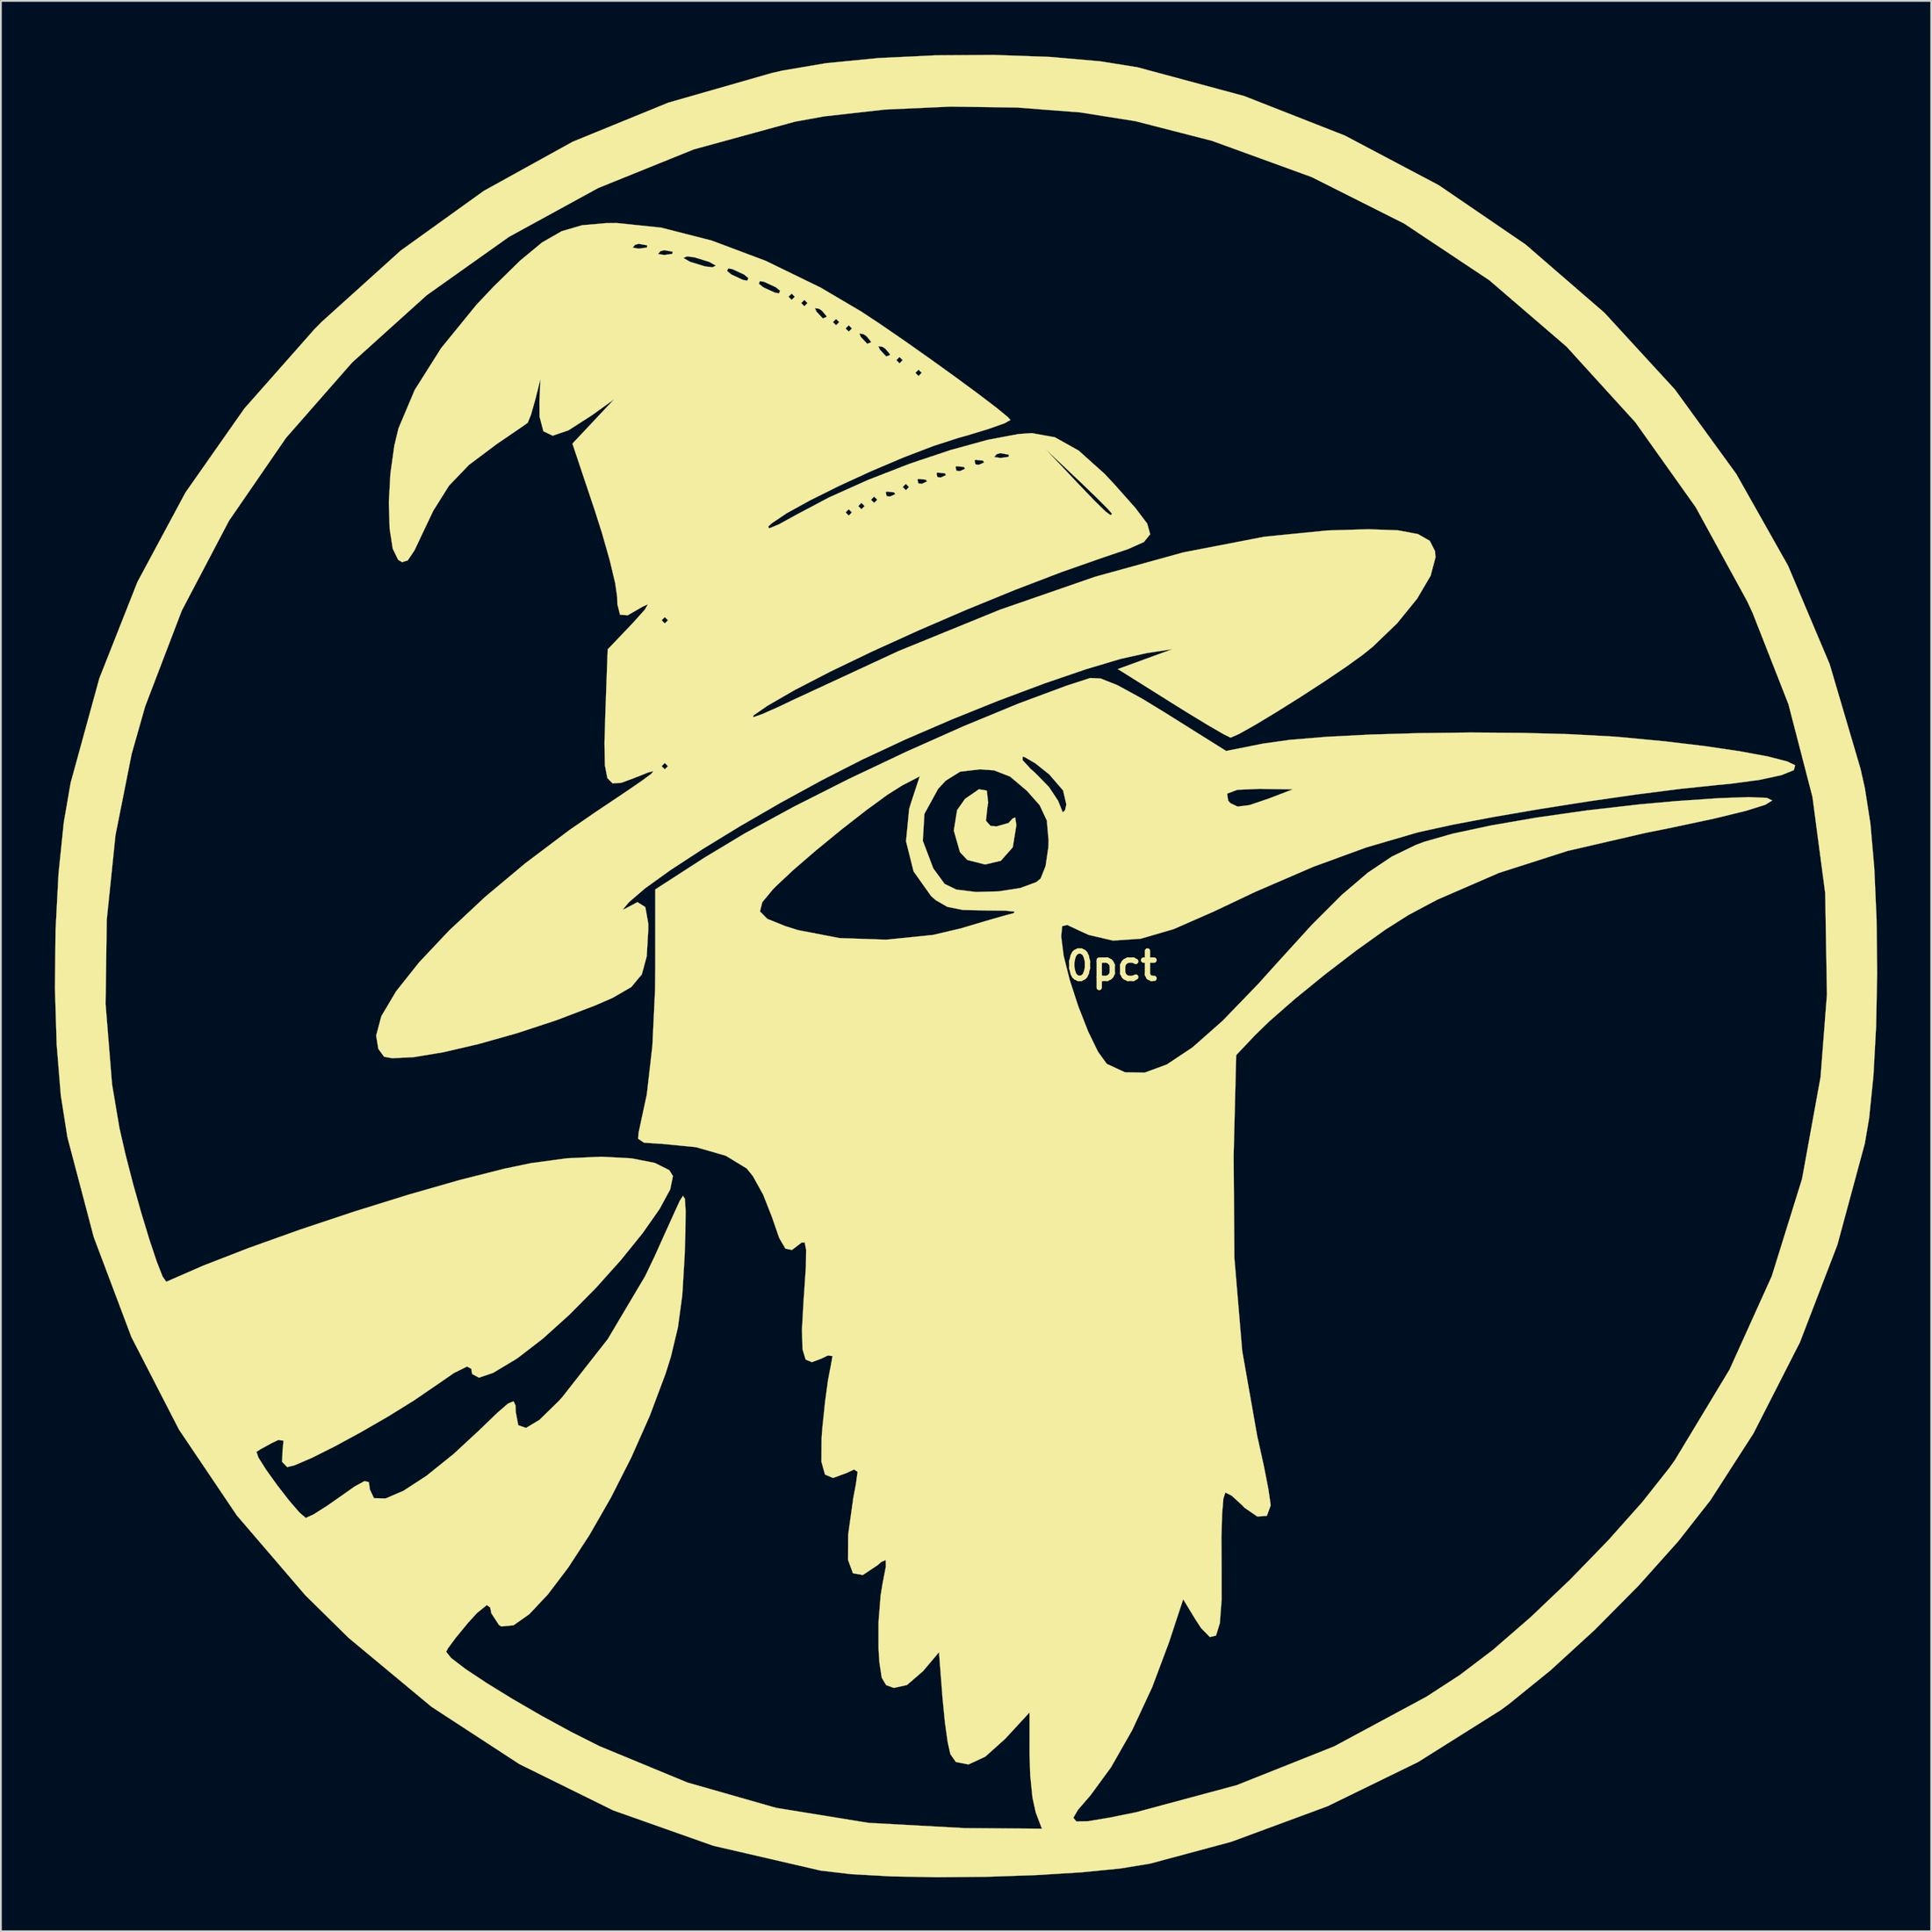
<source format=kicad_pcb>
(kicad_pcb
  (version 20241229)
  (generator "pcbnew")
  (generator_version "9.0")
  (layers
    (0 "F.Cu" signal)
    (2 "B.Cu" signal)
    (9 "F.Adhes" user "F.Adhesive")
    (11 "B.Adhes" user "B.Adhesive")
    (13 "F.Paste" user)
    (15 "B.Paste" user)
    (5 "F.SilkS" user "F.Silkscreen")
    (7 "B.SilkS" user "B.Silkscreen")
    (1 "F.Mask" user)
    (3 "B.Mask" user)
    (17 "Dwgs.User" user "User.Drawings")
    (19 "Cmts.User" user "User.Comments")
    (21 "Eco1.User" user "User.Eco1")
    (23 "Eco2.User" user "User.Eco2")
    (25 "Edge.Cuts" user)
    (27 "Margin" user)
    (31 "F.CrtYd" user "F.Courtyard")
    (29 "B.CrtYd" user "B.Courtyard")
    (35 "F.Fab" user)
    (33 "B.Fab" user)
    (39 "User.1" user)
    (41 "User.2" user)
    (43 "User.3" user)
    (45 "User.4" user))
  (footprint "turpial_logo_50pct"
    (layer "F.Cu")
    (at 50.677 50.67)
    (property "Reference" "turpial_logo_50pct" (at 0 0 0) (layer "F.SilkS") (effects (font (size 1.524 1.524) (thickness 0.3))))
    (attr through_hole)
    (fp_poly (pts (xy 1.151 -9.754) (xy 1.226 -9.088) (xy 1.182 -8.819) (xy 1.104 -8.074) (xy 1.355 -7.792) (xy 1.69 -7.761) (xy 2.358 -7.951) (xy 2.589 -8.202) (xy 2.73 -8.258) (xy 2.794 -7.826) (xy 2.594 -6.6) (xy 1.932 -5.852) (xy 1.058 -5.644) (xy 0.068 -5.895) (xy -0.34 -6.327) (xy -0.684 -7.531) (xy -0.501 -8.667) (xy -0.06 -9.294) (xy 0.712 -9.827) (xy 1.151 -9.754)) (stroke (width 0.01) (type solid)) (fill yes) (layer "F.SilkS"))
    (fp_poly (pts (xy -16.961 -41.061) (xy -14.151 -40.343) (xy -11.146 -39.215) (xy -8.094 -37.729) (xy -5.845 -36.403) (xy -4.745 -35.676) (xy -3.427 -34.77) (xy -2.009 -33.77) (xy -0.609 -32.762) (xy 0.655 -31.831) (xy 1.665 -31.063) (xy 2.303 -30.543) (xy 2.467 -30.366) (xy 2.15 -30.187) (xy 1.307 -29.885) (xy 0.096 -29.514) (xy -0.444 -29.363) (xy -1.831 -28.914) (xy -3.493 -28.276) (xy -5.285 -27.515) (xy -7.059 -26.7) (xy -8.67 -25.899) (xy -9.973 -25.181) (xy -10.82 -24.612) (xy -11.003 -24.438) (xy -10.955 -24.334) (xy -10.422 -24.555) (xy -9.519 -25.051) (xy -9.507 -25.058) (xy -9.195 -25.224) (xy -6.703 -25.224) (xy -6.526 -25.047) (xy -6.35 -25.224) (xy -6.526 -25.4) (xy -6.703 -25.224) (xy -9.195 -25.224) (xy -8.53 -25.576) (xy -5.997 -25.576) (xy -5.821 -25.4) (xy -5.644 -25.576) (xy -5.821 -25.753) (xy -5.997 -25.576) (xy -8.53 -25.576) (xy -7.865 -25.929) (xy -5.292 -25.929) (xy -5.115 -25.753) (xy -4.939 -25.929) (xy -5.115 -26.106) (xy -5.292 -25.929) (xy -7.865 -25.929) (xy -7.63 -26.054) (xy -6.99 -26.341) (xy -4.469 -26.341) (xy -4.42 -26.131) (xy -4.233 -26.106) (xy -3.943 -26.235) (xy -3.998 -26.341) (xy -4.417 -26.383) (xy -4.469 -26.341) (xy -6.99 -26.341) (xy -6.335 -26.635) (xy -3.528 -26.635) (xy -3.351 -26.458) (xy -3.175 -26.635) (xy -3.351 -26.811) (xy -3.528 -26.635) (xy -6.335 -26.635) (xy -5.454 -27.03) (xy -5.412 -27.046) (xy -2.705 -27.046) (xy -2.656 -26.837) (xy -2.469 -26.811) (xy -2.179 -26.94) (xy -2.234 -27.046) (xy -2.653 -27.089) (xy -2.705 -27.046) (xy -5.412 -27.046) (xy -4.505 -27.399) (xy -1.646 -27.399) (xy -1.598 -27.189) (xy -1.411 -27.164) (xy -1.121 -27.293) (xy -1.176 -27.399) (xy -1.595 -27.441) (xy -1.646 -27.399) (xy -4.505 -27.399) (xy -3.598 -27.752) (xy -0.588 -27.752) (xy -0.54 -27.542) (xy -0.353 -27.517) (xy -0.062 -27.646) (xy -0.118 -27.752) (xy -0.536 -27.794) (xy -0.588 -27.752) (xy -3.598 -27.752) (xy -3.145 -27.928) (xy -2.618 -28.105) (xy 0.47 -28.105) (xy 0.519 -27.895) (xy 0.706 -27.869) (xy 0.996 -27.999) (xy 0.941 -28.105) (xy 0.522 -28.147) (xy 0.47 -28.105) (xy -2.618 -28.105) (xy -2.016 -28.307) (xy 1.564 -28.307) (xy 1.911 -28.25) (xy 2.368 -28.315) (xy 2.374 -28.435) (xy 1.902 -28.52) (xy 1.698 -28.463) (xy 1.564 -28.307) (xy -2.016 -28.307) (xy -0.869 -28.691) (xy -0.65 -28.751) (xy 4.41 -28.751) (xy 6.16 -26.899) (xy 7.142 -25.873) (xy 7.736 -25.29) (xy 8.031 -25.071) (xy 8.114 -25.139) (xy 8.114 -25.149) (xy 7.877 -25.422) (xy 7.254 -26.047) (xy 6.372 -26.896) (xy 6.262 -27.001) (xy 4.41 -28.751) (xy -0.65 -28.751) (xy 1.211 -29.263) (xy 2.928 -29.584) (xy 3.656 -29.633) (xy 4.935 -29.403) (xy 6.25 -28.669) (xy 7.702 -27.369) (xy 8.264 -26.766) (xy 9.408 -25.479) (xy 10.072 -24.601) (xy 10.237 -24.009) (xy 9.886 -23.577) (xy 8.999 -23.181) (xy 7.67 -22.734) (xy 5.312 -21.908) (xy 2.729 -20.919) (xy 0.037 -19.819) (xy -2.649 -18.66) (xy -5.216 -17.494) (xy -7.549 -16.372) (xy -9.533 -15.346) (xy -11.052 -14.468) (xy -11.818 -13.938) (xy -11.845 -13.832) (xy -11.34 -14.007) (xy -10.4 -14.424) (xy -9.701 -14.759) (xy -3.763 -17.511) (xy 1.874 -19.81) (xy 7.171 -21.645) (xy 12.09 -23.003) (xy 16.594 -23.873) (xy 20.108 -24.221) (xy 22.371 -24.288) (xy 24.017 -24.228) (xy 25.129 -24.019) (xy 25.788 -23.641) (xy 26.076 -23.074) (xy 26.106 -22.732) (xy 25.832 -21.702) (xy 25.084 -20.429) (xy 23.976 -19.064) (xy 22.62 -17.758) (xy 22.072 -17.315) (xy 21.139 -16.642) (xy 19.929 -15.824) (xy 18.585 -14.952) (xy 17.249 -14.114) (xy 16.064 -13.4) (xy 15.171 -12.899) (xy 14.714 -12.7) (xy 14.706 -12.7) (xy 14.343 -12.876) (xy 13.52 -13.351) (xy 12.374 -14.046) (xy 11.473 -14.606) (xy 8.437 -16.512) (xy 9.951 -17.064) (xy 11.465 -17.616) (xy 10.054 -17.403) (xy 8.604 -17.081) (xy 6.657 -16.5) (xy 4.349 -15.71) (xy 1.816 -14.762) (xy -0.804 -13.707) (xy -3.377 -12.597) (xy -5.766 -11.482) (xy -5.821 -11.455) (xy -8.042 -10.321) (xy -10.329 -9.071) (xy -12.568 -7.776) (xy -14.643 -6.507) (xy -16.44 -5.333) (xy -17.844 -4.325) (xy -18.74 -3.555) (xy -18.787 -3.504) (xy -19.1 -3.128) (xy -18.981 -3.177) (xy -18.274 -3.55) (xy -17.839 -3.275) (xy -17.674 -2.349) (xy -17.674 -2.028) (xy -17.762 -0.538) (xy -18.033 0.465) (xy -18.62 1.171) (xy -19.657 1.773) (xy -20.648 2.202) (xy -22.776 3.014) (xy -24.976 3.738) (xy -27.121 4.343) (xy -29.079 4.798) (xy -30.72 5.07) (xy -31.916 5.129) (xy -32.367 5.048) (xy -32.687 4.611) (xy -32.808 3.871) (xy -32.52 2.792) (xy -31.701 1.411) (xy -30.421 -0.201) (xy -28.748 -1.975) (xy -26.752 -3.839) (xy -24.5 -5.723) (xy -22.063 -7.558) (xy -20.656 -8.528) (xy -19.08 -9.583) (xy -18.044 -10.29) (xy -17.499 -10.694) (xy -17.396 -10.837) (xy -17.686 -10.761) (xy -18.32 -10.508) (xy -18.448 -10.456) (xy -19.171 -10.188) (xy -19.659 -10.155) (xy -19.951 -10.45) (xy -20.078 -11.113) (xy -16.933 -11.113) (xy -16.757 -10.936) (xy -16.581 -11.113) (xy -16.757 -11.289) (xy -16.933 -11.113) (xy -20.078 -11.113) (xy -20.089 -11.168) (xy -20.11 -12.402) (xy -20.055 -14.246) (xy -20.054 -14.262) (xy -19.932 -17.606) (xy -18.521 -19.088) (xy -18.397 -19.226) (xy -16.933 -19.226) (xy -16.757 -19.05) (xy -16.581 -19.226) (xy -16.757 -19.403) (xy -16.933 -19.226) (xy -18.397 -19.226) (xy -17.871 -19.812) (xy -17.694 -20.117) (xy -17.982 -19.986) (xy -18.816 -19.505) (xy -19.245 -19.534) (xy -19.394 -20.119) (xy -19.403 -20.505) (xy -19.514 -21.289) (xy -19.813 -22.546) (xy -20.252 -24.087) (xy -20.648 -25.328) (xy -21.893 -29.049) (xy -20.736 -30.28) (xy -19.579 -31.511) (xy -20.814 -30.624) (xy -22.112 -29.79) (xy -22.991 -29.49) (xy -23.508 -29.739) (xy -23.722 -30.554) (xy -23.727 -31.392) (xy -23.673 -32.632) (xy -23.967 -31.468) (xy -24.199 -30.654) (xy -24.376 -30.216) (xy -24.389 -30.202) (xy -24.729 -29.963) (xy -25.468 -29.457) (xy -26.106 -29.022) (xy -27.65 -27.864) (xy -28.754 -26.714) (xy -29.63 -25.319) (xy -30.155 -24.216) (xy -30.679 -23.107) (xy -31.052 -22.556) (xy -31.367 -22.457) (xy -31.584 -22.587) (xy -31.887 -23.208) (xy -32.06 -24.338) (xy -32.102 -25.792) (xy -32.015 -27.384) (xy -31.799 -28.93) (xy -31.568 -29.895) (xy -30.666 -32.03) (xy -30.063 -32.985) (xy -2.822 -32.985) (xy -2.646 -32.808) (xy -2.469 -32.985) (xy -2.646 -33.161) (xy -2.822 -32.985) (xy -30.063 -32.985) (xy -29.617 -33.69) (xy -3.881 -33.69) (xy -3.704 -33.514) (xy -3.528 -33.69) (xy -3.704 -33.867) (xy -3.881 -33.69) (xy -29.617 -33.69) (xy -29.196 -34.358) (xy -29.104 -34.471) (xy -4.882 -34.471) (xy -4.796 -34.274) (xy -4.441 -33.895) (xy -4.237 -33.973) (xy -4.233 -34.022) (xy -4.484 -34.321) (xy -4.641 -34.43) (xy -4.882 -34.471) (xy -29.104 -34.471) (xy -28.529 -35.177) (xy -5.94 -35.177) (xy -5.855 -34.98) (xy -5.499 -34.601) (xy -5.295 -34.678) (xy -5.292 -34.728) (xy -5.542 -35.026) (xy -5.699 -35.135) (xy -5.94 -35.177) (xy -28.529 -35.177) (xy -28.303 -35.454) (xy -6.703 -35.454) (xy -6.526 -35.278) (xy -6.35 -35.454) (xy -6.526 -35.631) (xy -6.703 -35.454) (xy -28.303 -35.454) (xy -28.016 -35.807) (xy -7.408 -35.807) (xy -7.232 -35.631) (xy -7.056 -35.807) (xy -7.232 -35.983) (xy -7.408 -35.807) (xy -28.016 -35.807) (xy -27.38 -36.588) (xy -8.41 -36.588) (xy -8.324 -36.391) (xy -7.969 -36.012) (xy -7.765 -36.09) (xy -7.761 -36.139) (xy -8.012 -36.437) (xy -8.168 -36.546) (xy -8.41 -36.588) (xy -27.38 -36.588) (xy -27.231 -36.77) (xy -27.142 -36.865) (xy -9.172 -36.865) (xy -8.996 -36.689) (xy -8.819 -36.865) (xy -8.996 -37.042) (xy -9.172 -36.865) (xy -27.142 -36.865) (xy -26.809 -37.218) (xy -9.878 -37.218) (xy -9.701 -37.042) (xy -9.525 -37.218) (xy -9.701 -37.394) (xy -9.878 -37.218) (xy -26.809 -37.218) (xy -26.302 -37.757) (xy -26.111 -37.944) (xy -11.528 -37.944) (xy -11.289 -37.747) (xy -10.646 -37.449) (xy -10.407 -37.405) (xy -10.344 -37.551) (xy -10.583 -37.747) (xy -11.226 -38.046) (xy -11.465 -38.089) (xy -11.528 -37.944) (xy -26.111 -37.944) (xy -25.391 -38.649) (xy -13.292 -38.649) (xy -13.053 -38.453) (xy -12.41 -38.154) (xy -12.171 -38.111) (xy -12.108 -38.256) (xy -12.347 -38.453) (xy -12.99 -38.751) (xy -13.229 -38.795) (xy -13.292 -38.649) (xy -25.391 -38.649) (xy -24.8 -39.228) (xy -24.627 -39.371) (xy -15.719 -39.371) (xy -15.346 -39.158) (xy -14.523 -38.906) (xy -14.111 -38.855) (xy -13.915 -38.946) (xy -14.287 -39.158) (xy -15.11 -39.41) (xy -15.522 -39.462) (xy -15.719 -39.371) (xy -24.627 -39.371) (xy -24.356 -39.595) (xy -17.133 -39.595) (xy -16.786 -39.539) (xy -16.329 -39.604) (xy -16.323 -39.724) (xy -16.795 -39.808) (xy -16.999 -39.752) (xy -17.133 -39.595) (xy -24.356 -39.595) (xy -23.93 -39.948) (xy -18.544 -39.948) (xy -18.197 -39.892) (xy -17.74 -39.957) (xy -17.734 -40.077) (xy -18.207 -40.161) (xy -18.411 -40.105) (xy -18.544 -39.948) (xy -23.93 -39.948) (xy -23.584 -40.235) (xy -22.491 -40.862) (xy -21.361 -41.193) (xy -20.033 -41.31) (xy -19.434 -41.317) (xy -16.961 -41.061)) (stroke (width 0.01) (type solid)) (fill yes) (layer "F.SilkS"))
    (fp_poly (pts (xy 4.66 -50.554) (xy 7.467 -50.309) (xy 9.525 -49.98) (xy 15.463 -48.38) (xy 21.062 -46.182) (xy 26.289 -43.419) (xy 31.112 -40.123) (xy 35.498 -36.327) (xy 39.415 -32.063) (xy 42.831 -27.362) (xy 45.711 -22.258) (xy 48.025 -16.782) (xy 49.739 -10.968) (xy 49.983 -9.878) (xy 50.291 -7.905) (xy 50.507 -5.416) (xy 50.632 -2.591) (xy 50.665 0.39) (xy 50.607 3.346) (xy 50.458 6.098) (xy 50.218 8.464) (xy 49.979 9.869) (xy 48.453 15.509) (xy 46.371 20.925) (xy 43.789 25.989) (xy 41.392 29.713) (xy 39.604 31.993) (xy 37.4 34.455) (xy 34.967 36.912) (xy 32.491 39.178) (xy 30.158 41.067) (xy 29.713 41.392) (xy 25.137 44.269) (xy 20.099 46.728) (xy 14.749 48.704) (xy 10.231 49.919) (xy 8.574 50.19) (xy 6.389 50.405) (xy 3.848 50.56) (xy 1.126 50.652) (xy -1.602 50.676) (xy -4.162 50.629) (xy -6.381 50.507) (xy -8.084 50.307) (xy -8.114 50.301) (xy -14.056 48.927) (xy -19.62 46.961) (xy -24.837 44.389) (xy -29.734 41.195) (xy -34.341 37.364) (xy -36.747 34.995) (xy -40.555 30.557) (xy -43.772 25.784) (xy -46.418 20.638) (xy -48.511 15.082) (xy -49.979 9.517) (xy -50.345 7.189) (xy -50.575 4.364) (xy -50.645 2.115) (xy -47.856 2.115) (xy -47.496 6.58) (xy -47.087 9.002) (xy -46.752 10.468) (xy -46.336 12.083) (xy -45.878 13.708) (xy -45.422 15.207) (xy -45.01 16.441) (xy -44.684 17.272) (xy -44.484 17.562) (xy -44.48 17.561) (xy -42.438 16.669) (xy -39.898 15.683) (xy -37.03 14.657) (xy -34.004 13.649) (xy -30.99 12.711) (xy -28.159 11.901) (xy -25.682 11.274) (xy -24.189 10.962) (xy -22.175 10.692) (xy -20.276 10.607) (xy -18.614 10.697) (xy -17.316 10.95) (xy -16.507 11.354) (xy -16.304 11.684) (xy -16.454 12.421) (xy -17.048 13.517) (xy -17.996 14.867) (xy -19.209 16.367) (xy -20.596 17.913) (xy -22.069 19.4) (xy -23.538 20.725) (xy -24.913 21.784) (xy -25.059 21.882) (xy -26.307 22.629) (xy -27.095 22.895) (xy -27.47 22.69) (xy -27.517 22.402) (xy -27.754 22.276) (xy -28.475 22.631) (xy -29.584 23.395) (xy -30.72 24.171) (xy -32.117 25.037) (xy -33.627 25.91) (xy -35.1 26.711) (xy -36.388 27.356) (xy -37.343 27.766) (xy -37.754 27.869) (xy -38.038 27.576) (xy -38.017 27.003) (xy -37.96 26.401) (xy -38.24 26.355) (xy -38.593 26.521) (xy -39.221 26.864) (xy -39.465 27.019) (xy -39.355 27.339) (xy -38.925 28.018) (xy -38.312 28.873) (xy -37.651 29.724) (xy -37.078 30.39) (xy -36.729 30.689) (xy -36.712 30.692) (xy -36.293 30.5) (xy -35.521 30.011) (xy -34.981 29.633) (xy -33.999 28.943) (xy -33.452 28.645) (xy -33.214 28.703) (xy -33.161 29.081) (xy -33.161 29.104) (xy -32.931 29.597) (xy -32.283 29.612) (xy -31.285 29.183) (xy -30.002 28.346) (xy -28.5 27.137) (xy -27.076 25.819) (xy -26.075 24.853) (xy -25.473 24.333) (xy -25.168 24.209) (xy -25.06 24.43) (xy -25.047 24.794) (xy -24.907 25.538) (xy -24.473 25.689) (xy -23.728 25.242) (xy -22.651 24.19) (xy -22.468 23.989) (xy -19.927 20.749) (xy -17.846 17.244) (xy -17.319 16.141) (xy -16.747 14.869) (xy -16.233 13.736) (xy -15.92 13.053) (xy -15.745 12.784) (xy -15.64 12.944) (xy -15.598 13.606) (xy -15.612 14.848) (xy -15.65 16.051) (xy -15.782 18.283) (xy -16.025 20.09) (xy -16.423 21.752) (xy -16.715 22.675) (xy -17.59 25.011) (xy -18.621 27.334) (xy -19.754 29.567) (xy -20.939 31.632) (xy -22.124 33.452) (xy -23.259 34.949) (xy -24.291 36.046) (xy -25.17 36.665) (xy -25.844 36.73) (xy -25.979 36.647) (xy -26.404 35.994) (xy -26.464 35.676) (xy -26.654 35.54) (xy -27.2 35.982) (xy -27.685 36.513) (xy -28.371 37.344) (xy -28.819 37.953) (xy -28.915 38.141) (xy -28.633 38.49) (xy -27.845 39.092) (xy -26.666 39.875) (xy -25.215 40.768) (xy -23.61 41.698) (xy -21.969 42.591) (xy -20.41 43.376) (xy -20.377 43.392) (xy -15.502 45.408) (xy -10.567 46.818) (xy -5.43 47.653) (xy -0.097 47.944) (xy 4.216 47.978) (xy 3.872 47.073) (xy 3.691 46.246) (xy 3.566 45.006) (xy 3.528 43.839) (xy 3.528 41.51) (xy 2.171 42.98) (xy 1.066 43.971) (xy 0.128 44.406) (xy -0.571 44.265) (xy -0.873 43.833) (xy -1.021 43.184) (xy -1.177 42.068) (xy -1.309 40.725) (xy -1.312 40.688) (xy -1.508 38.161) (xy -2.388 39.207) (xy -3.287 39.985) (xy -4.016 40.147) (xy -4.444 39.996) (xy -4.69 39.584) (xy -4.82 38.74) (xy -4.87 37.967) (xy -4.87 36.49) (xy -4.754 35.011) (xy -4.644 34.331) (xy -4.462 33.399) (xy -4.472 33.039) (xy -4.707 33.135) (xy -4.917 33.318) (xy -5.745 33.869) (xy -6.294 33.771) (xy -6.566 33.026) (xy -6.559 31.632) (xy -6.275 29.59) (xy -6.127 28.809) (xy -6.034 28.129) (xy -6.233 28.002) (xy -6.675 28.207) (xy -7.401 28.472) (xy -7.846 28.283) (xy -8.047 27.569) (xy -8.037 26.264) (xy -7.986 25.614) (xy -7.842 24.23) (xy -7.679 23.027) (xy -7.534 22.273) (xy -7.429 21.693) (xy -7.694 21.662) (xy -8.041 21.833) (xy -8.578 22.033) (xy -8.923 21.888) (xy -9.098 21.315) (xy -9.128 20.227) (xy -9.034 18.538) (xy -9.01 18.221) (xy -8.909 16.699) (xy -8.896 15.783) (xy -8.976 15.376) (xy -9.157 15.383) (xy -9.215 15.434) (xy -9.687 15.792) (xy -10.049 15.718) (xy -10.392 15.129) (xy -10.805 13.938) (xy -10.806 13.936) (xy -11.286 12.718) (xy -11.857 11.686) (xy -12.201 11.261) (xy -13.367 10.552) (xy -15.021 10.076) (xy -16.964 9.887) (xy -17.045 9.886) (xy -17.916 9.826) (xy -18.241 9.605) (xy -18.211 9.26) (xy -17.756 7.141) (xy -17.447 4.458) (xy -17.298 1.338) (xy -17.286 0.1) (xy -17.286 -3.031) (xy -11.464 -3.031) (xy -11.056 -2.622) (xy -10.049 -2.215) (xy -9.349 -1.995) (xy -7.04 -1.551) (xy -4.434 -1.463) (xy -1.84 -1.727) (xy -0.302 -2.088) (xy 0.97 -2.467) (xy 2.051 -2.779) (xy 2.646 -2.94) (xy 2.699 -3.024) (xy 2.163 -3.077) (xy 1.154 -3.087) (xy 1.143 -3.087) (xy -0.178 -3.116) (xy -1.041 -3.286) (xy -1.687 -3.66) (xy -1.948 -3.888) (xy -2.922 -5.262) (xy -3.341 -6.938) (xy -3.339 -6.96) (xy -2.407 -6.96) (xy -1.824 -5.425) (xy -1.194 -4.563) (xy -0.541 -4.249) (xy 0.543 -4.116) (xy 1.81 -4.149) (xy 3.012 -4.336) (xy 3.901 -4.662) (xy 4.145 -4.864) (xy 4.42 -5.555) (xy 4.574 -6.603) (xy 4.586 -6.982) (xy 4.489 -8.089) (xy 4.094 -8.936) (xy 3.387 -9.737) (xy 2.448 -10.532) (xy 1.555 -10.879) (xy 0.772 -10.936) (xy -0.328 -10.808) (xy -1.137 -10.304) (xy -1.556 -9.851) (xy -2.319 -8.46) (xy -2.407 -6.96) (xy -3.339 -6.96) (xy -3.166 -8.736) (xy -3.08 -9.024) (xy -2.579 -10.545) (xy -3.555 -10.04) (xy -4.377 -9.521) (xy -5.557 -8.659) (xy -6.932 -7.587) (xy -8.338 -6.436) (xy -9.611 -5.337) (xy -10.587 -4.422) (xy -10.74 -4.265) (xy -11.338 -3.545) (xy -11.464 -3.031) (xy -17.286 -3.031) (xy -17.286 -4.258) (xy -14.552 -6.025) (xy -12.306 -7.376) (xy -9.576 -8.86) (xy -6.525 -10.401) (xy -4.314 -11.448) (xy 3.141 -11.448) (xy 3.585 -10.964) (xy 3.835 -10.744) (xy 4.605 -9.957) (xy 5.12 -9.181) (xy 5.164 -9.069) (xy 5.374 -8.539) (xy 5.5 -8.658) (xy 5.576 -8.98) (xy 5.435 -9.583) (xy 14.513 -9.583) (xy 14.576 -9.193) (xy 14.699 -9.055) (xy 15.094 -8.865) (xy 15.76 -8.947) (xy 16.871 -9.325) (xy 16.933 -9.349) (xy 18.168 -9.824) (xy 16.316 -9.851) (xy 15.084 -9.798) (xy 14.513 -9.583) (xy 5.435 -9.583) (xy 5.393 -9.764) (xy 4.62 -10.656) (xy 3.848 -11.272) (xy 3.256 -11.616) (xy 3.142 -11.642) (xy 3.141 -11.448) (xy -4.314 -11.448) (xy -3.319 -11.92) (xy -0.123 -13.342) (xy 2.898 -14.589) (xy 5.58 -15.586) (xy 6.906 -16.016) (xy 7.482 -15.986) (xy 8.413 -15.617) (xy 9.773 -14.875) (xy 11.049 -14.097) (xy 14.46 -11.958) (xy 16.491 -12.363) (xy 17.973 -12.573) (xy 20.015 -12.743) (xy 22.474 -12.87) (xy 25.203 -12.95) (xy 28.06 -12.982) (xy 30.9 -12.963) (xy 33.579 -12.89) (xy 35.952 -12.761) (xy 36.377 -12.728) (xy 38.795 -12.5) (xy 41.043 -12.233) (xy 43.011 -11.944) (xy 44.588 -11.652) (xy 45.665 -11.374) (xy 46.105 -11.162) (xy 46.03 -10.89) (xy 45.341 -10.612) (xy 44.131 -10.351) (xy 42.493 -10.131) (xy 41.791 -10.065) (xy 39.74 -9.852) (xy 37.289 -9.539) (xy 34.616 -9.155) (xy 31.899 -8.727) (xy 29.319 -8.284) (xy 27.053 -7.855) (xy 25.281 -7.467) (xy 25.052 -7.41) (xy 22.243 -6.589) (xy 19.312 -5.517) (xy 16.092 -4.128) (xy 13.784 -3.034) (xy 11.539 -2.049) (xy 9.708 -1.515) (xy 8.173 -1.413) (xy 6.819 -1.727) (xy 6.332 -1.949) (xy 5.625 -2.281) (xy 5.344 -2.217) (xy 5.292 -1.692) (xy 5.292 -1.615) (xy 5.421 -0.577) (xy 5.761 0.777) (xy 6.241 2.251) (xy 6.789 3.647) (xy 7.335 4.769) (xy 7.807 5.422) (xy 7.851 5.456) (xy 8.84 5.915) (xy 9.926 5.932) (xy 11.16 5.479) (xy 12.591 4.526) (xy 14.269 3.043) (xy 16.242 1.002) (xy 17.277 -0.148) (xy 19.235 -2.298) (xy 20.888 -3.95) (xy 22.335 -5.185) (xy 23.675 -6.084) (xy 25.005 -6.729) (xy 25.462 -6.901) (xy 27.038 -7.353) (xy 29.171 -7.811) (xy 31.716 -8.252) (xy 34.524 -8.652) (xy 37.448 -8.987) (xy 39.472 -9.169) (xy 41.853 -9.332) (xy 43.539 -9.391) (xy 44.531 -9.348) (xy 44.832 -9.205) (xy 44.443 -8.964) (xy 43.366 -8.628) (xy 41.603 -8.197) (xy 39.157 -7.676) (xy 37.813 -7.407) (xy 33.455 -6.4) (xy 29.633 -5.176) (xy 26.197 -3.685) (xy 24.598 -2.834) (xy 23.31 -2.016) (xy 21.7 -0.865) (xy 19.959 0.469) (xy 18.28 1.836) (xy 16.852 3.086) (xy 16.064 3.854) (xy 15.019 4.958) (xy 14.877 10.558) (xy 14.919 16.237) (xy 15.354 21.406) (xy 16.19 26.149) (xy 16.247 26.398) (xy 16.563 27.829) (xy 16.803 29.057) (xy 16.925 29.875) (xy 16.933 30.014) (xy 16.725 30.58) (xy 16.193 30.616) (xy 15.479 30.126) (xy 15.346 29.986) (xy 14.774 29.461) (xy 14.418 29.281) (xy 14.309 29.61) (xy 14.234 30.502) (xy 14.199 31.818) (xy 14.208 33.214) (xy 14.21 35.215) (xy 14.111 36.546) (xy 13.898 37.237) (xy 13.555 37.319) (xy 13.07 36.822) (xy 12.749 36.332) (xy 12.072 35.218) (xy 11.278 37.629) (xy 10.341 40.124) (xy 9.235 42.499) (xy 8.056 44.566) (xy 6.903 46.14) (xy 6.829 46.223) (xy 6.221 46.927) (xy 5.964 47.369) (xy 6.129 47.573) (xy 6.785 47.561) (xy 8.004 47.356) (xy 9.441 47.065) (xy 15.049 45.556) (xy 20.469 43.399) (xy 25.585 40.646) (xy 27.455 39.432) (xy 29.3 38.032) (xy 31.395 36.213) (xy 33.582 34.132) (xy 35.705 31.946) (xy 37.605 29.813) (xy 39.126 27.89) (xy 39.432 27.455) (xy 42.456 22.444) (xy 44.804 17.251) (xy 46.488 11.841) (xy 47.517 6.183) (xy 47.873 1.587) (xy 47.776 -4.051) (xy 47.068 -9.402) (xy 45.73 -14.563) (xy 43.74 -19.633) (xy 43.431 -20.295) (xy 40.575 -25.512) (xy 37.219 -30.235) (xy 33.385 -34.449) (xy 29.093 -38.138) (xy 24.364 -41.285) (xy 19.218 -43.873) (xy 13.676 -45.888) (xy 9.415 -46.982) (xy 6.346 -47.469) (xy 2.842 -47.739) (xy -0.857 -47.791) (xy -4.515 -47.628) (xy -7.894 -47.248) (xy -9.525 -46.952) (xy -15.145 -45.412) (xy -20.457 -43.265) (xy -25.419 -40.55) (xy -29.994 -37.304) (xy -34.14 -33.566) (xy -37.819 -29.372) (xy -40.991 -24.761) (xy -43.615 -19.77) (xy -45.654 -14.437) (xy -46.408 -11.783) (xy -47.305 -7.276) (xy -47.79 -2.574) (xy -47.856 2.115) (xy -50.645 2.115) (xy -50.672 1.239) (xy -50.637 -1.992) (xy -50.472 -5.132) (xy -50.179 -7.986) (xy -49.798 -10.188) (xy -48.202 -15.996) (xy -46.083 -21.358) (xy -43.407 -26.339) (xy -40.137 -31.002) (xy -36.24 -35.412) (xy -35.828 -35.828) (xy -31.445 -39.783) (xy -26.817 -43.108) (xy -21.877 -45.839) (xy -16.561 -48.011) (xy -10.803 -49.66) (xy -10.188 -49.8) (xy -7.771 -50.209) (xy -4.88 -50.49) (xy -1.712 -50.643) (xy 1.534 -50.665) (xy 4.66 -50.554)) (stroke (width 0.01) (type solid)) (fill yes) (layer "F.SilkS")))
  (gr_rect
    (start -3 -3)
    (end 104.347 104.35)
    (stroke (width 0.1) (type default))
    (fill no)
    (layer "Edge.Cuts")))
</source>
